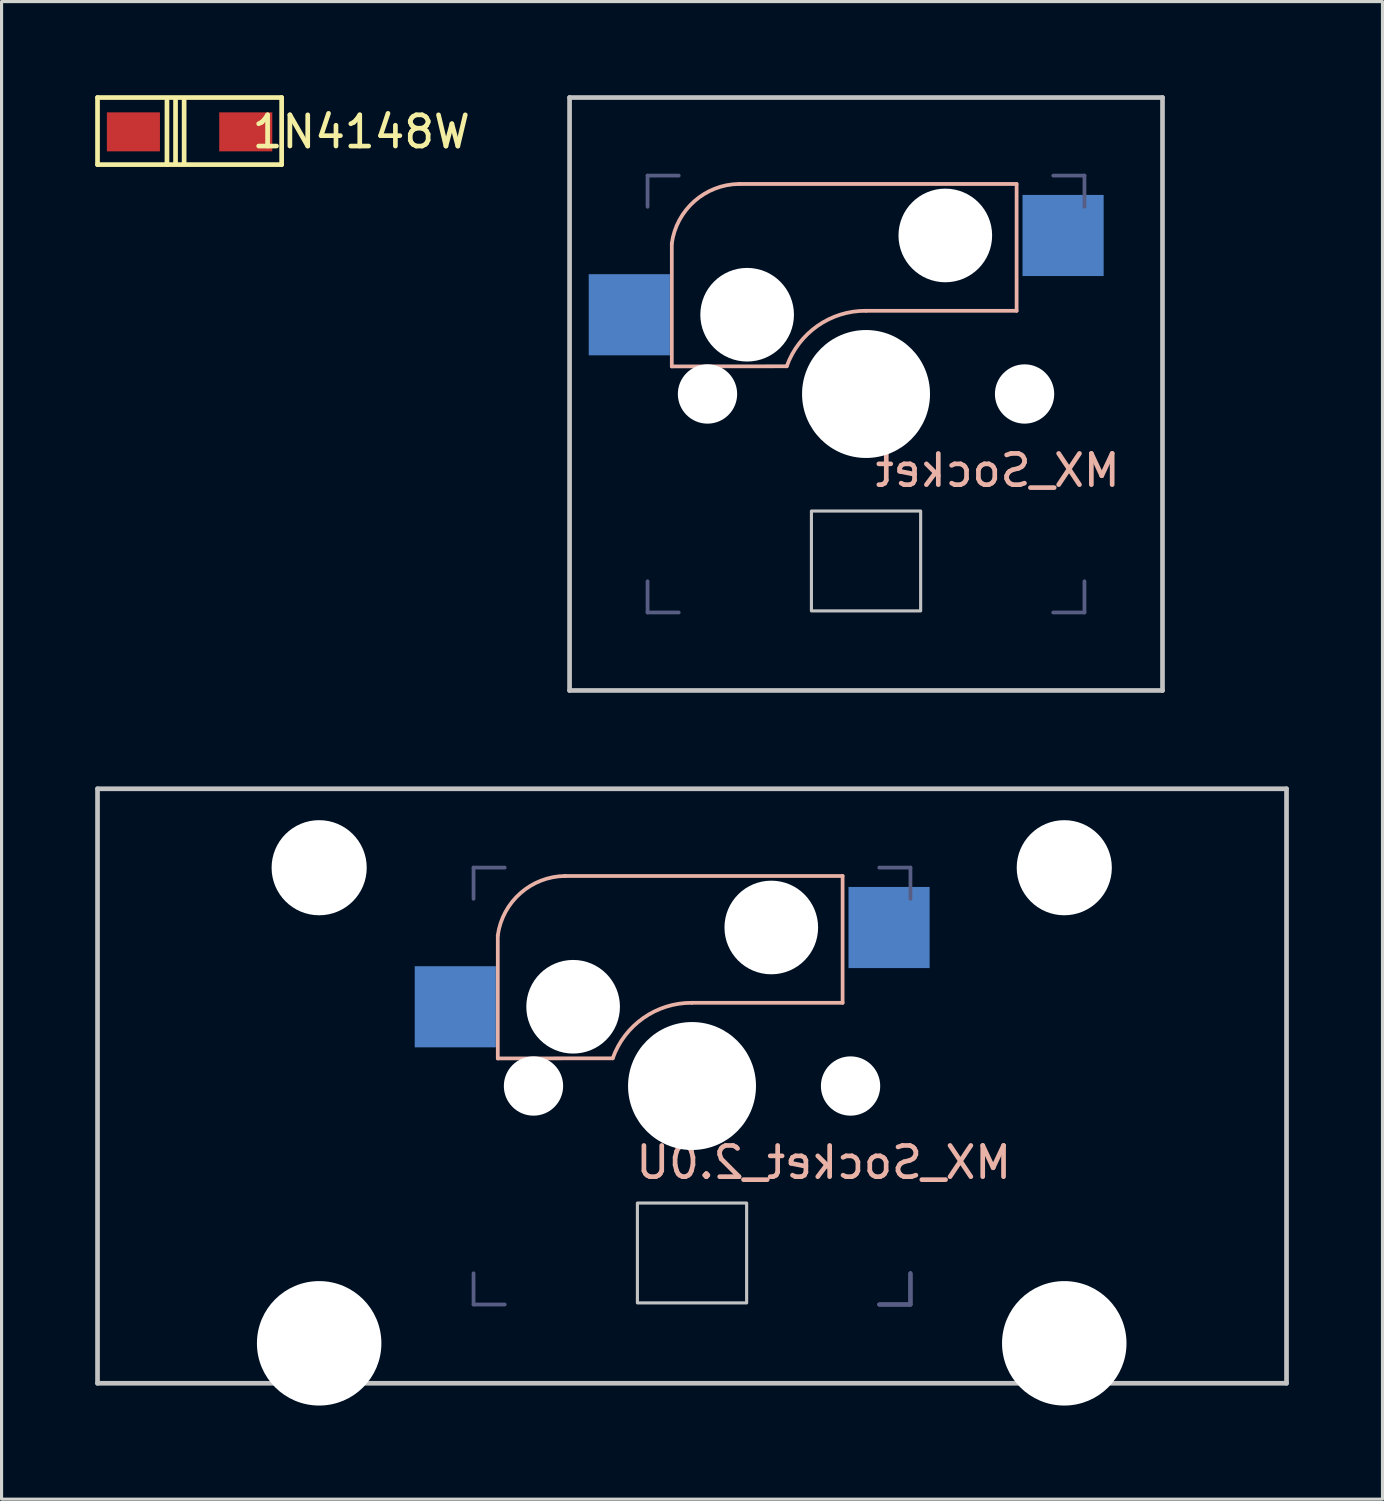
<source format=kicad_pcb>
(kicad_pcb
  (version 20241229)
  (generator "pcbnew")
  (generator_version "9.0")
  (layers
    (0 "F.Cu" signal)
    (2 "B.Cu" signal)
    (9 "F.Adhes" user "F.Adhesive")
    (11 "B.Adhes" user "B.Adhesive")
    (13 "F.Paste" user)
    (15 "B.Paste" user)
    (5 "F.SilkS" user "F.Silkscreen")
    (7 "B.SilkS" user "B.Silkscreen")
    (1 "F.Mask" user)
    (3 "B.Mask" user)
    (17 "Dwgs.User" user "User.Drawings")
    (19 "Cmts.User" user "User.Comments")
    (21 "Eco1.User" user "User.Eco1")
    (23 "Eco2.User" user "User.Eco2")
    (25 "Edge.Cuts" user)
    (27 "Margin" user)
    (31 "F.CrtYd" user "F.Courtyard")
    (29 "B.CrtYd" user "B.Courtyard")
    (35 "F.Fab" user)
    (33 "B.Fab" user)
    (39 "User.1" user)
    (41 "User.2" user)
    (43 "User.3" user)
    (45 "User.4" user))
  (footprint "MX_Socket"
    (layer "F.Cu")
    (at 24.701 9.575)
    (property "Reference" "MX_Socket" (at 4.22 2.45 0) (unlocked yes) (layer "B.SilkS") (effects (font (size 1 1) (thickness 0.15)) (justify mirror)))
    (attr smd)
    (fp_line (start -6.224 -0.884) (end -6.224 -4.825) (stroke (width 0.12) (type solid)) (layer "B.SilkS"))
    (fp_line (start -6.224 -0.884) (end -2.541 -0.888) (stroke (width 0.12) (type solid)) (layer "B.SilkS"))
    (fp_line (start -0.001 -2.666) (end 4.825 -2.666) (stroke (width 0.12) (type solid)) (layer "B.SilkS"))
    (fp_line (start 4.825 -6.73) (end -4.065 -6.73) (stroke (width 0.12) (type solid)) (layer "B.SilkS"))
    (fp_line (start 4.825 -2.666) (end 4.825 -6.73) (stroke (width 0.12) (type solid)) (layer "B.SilkS"))
    (fp_arc (start -6.224082 -4.825261) (mid -5.498788 -6.179194) (end -4.065082 -6.730261) (stroke (width 0.12) (type solid)) (layer "B.SilkS"))
    (fp_arc (start -2.541082 -0.888261) (mid -1.554773 -2.182533) (end -0.001082 -2.666261) (stroke (width 0.12) (type solid)) (layer "B.SilkS"))
    (fp_line (start -9.5 9.5) (end -9.5 -9.5) (stroke (width 0.15) (type solid)) (layer "Dwgs.User"))
    (fp_line (start 9.5 -9.5) (end -9.5 -9.5) (stroke (width 0.15) (type solid)) (layer "Dwgs.User"))
    (fp_line (start 9.5 -9.5) (end 9.5 9.5) (stroke (width 0.15) (type solid)) (layer "Dwgs.User"))
    (fp_line (start 9.5 9.5) (end -9.5 9.5) (stroke (width 0.15) (type solid)) (layer "Dwgs.User"))
    (fp_rect (start -1.75 3.75) (end 1.75 6.95) (stroke (width 0.1) (type default)) (fill no) (layer "Dwgs.User"))
    (fp_line (start -7.001 -6.999) (end -6.001 -6.999) (stroke (width 0.12) (type solid)) (layer "B.Fab"))
    (fp_line (start -7.001 -5.999) (end -7.001 -6.999) (stroke (width 0.12) (type solid)) (layer "B.Fab"))
    (fp_line (start -7.001 6.001) (end -7.001 7.001) (stroke (width 0.12) (type solid)) (layer "B.Fab"))
    (fp_line (start -7.001 7.001) (end -6.001 7.001) (stroke (width 0.12) (type solid)) (layer "B.Fab"))
    (fp_line (start 5.999 7.001) (end 6.999 7.001) (stroke (width 0.12) (type solid)) (layer "B.Fab"))
    (fp_line (start 6.999 -6.999) (end 5.999 -6.999) (stroke (width 0.12) (type solid)) (layer "B.Fab"))
    (fp_line (start 6.999 -6.999) (end 6.999 -5.999) (stroke (width 0.12) (type solid)) (layer "B.Fab"))
    (fp_line (start 6.999 7.001) (end 6.999 6.001) (stroke (width 0.12) (type solid)) (layer "B.Fab"))
    (pad "" np_thru_hole circle (at -5.08 0) (size 1.9 1.9) (drill 1.9) (layers "*.Cu" "*.Mask"))
    (pad "" np_thru_hole circle (at -3.81 -2.54) (size 3 3) (drill 3) (layers "*.Cu" "*.Mask"))
    (pad "" np_thru_hole circle (at 0 0 90) (size 4.1 4.1) (drill 4.1) (layers "*.Cu" "*.Mask"))
    (pad "" np_thru_hole circle (at 2.54 -5.08) (size 3 3) (drill 3) (layers "*.Cu" "*.Mask"))
    (pad "" np_thru_hole circle (at 5.08 0) (size 1.9 1.9) (drill 1.9) (layers "*.Cu" "*.Mask"))
    (pad "1" smd rect (at 6.314 -5.079 180) (size 2.6 2.6) (layers "B.Cu" "B.Mask" "B.Paste"))
    (pad "2" smd rect (at -7.586 -2.539 180) (size 2.6 2.6) (layers "B.Cu" "B.Mask" "B.Paste")))
  (footprint "1N4148W"
    (layer "F.Cu")
    (at 3.025 1.175)
    (property "Reference" "1N4148W" (at 5.5 0 0) (unlocked yes) (layer "F.SilkS") (effects (font (size 1 1) (thickness 0.15))))
    (attr smd)
    (fp_line (start -2.95 -1.1) (end 2.95 -1.1) (stroke (width 0.15) (type solid)) (layer "F.SilkS"))
    (fp_line (start -2.95 1.05) (end -2.95 -1.1) (stroke (width 0.15) (type solid)) (layer "F.SilkS"))
    (fp_line (start -0.725 1.05) (end -0.725 -1) (stroke (width 0.15) (type solid)) (layer "F.SilkS"))
    (fp_line (start -0.45 1.025) (end -0.45 -1.025) (stroke (width 0.15) (type solid)) (layer "F.SilkS"))
    (fp_line (start -0.175 1.025) (end -0.175 -1.025) (stroke (width 0.15) (type solid)) (layer "F.SilkS"))
    (fp_line (start 2.95 -1.1) (end 2.95 1.05) (stroke (width 0.15) (type solid)) (layer "F.SilkS"))
    (fp_line (start 2.95 1.05) (end -2.95 1.05) (stroke (width 0.15) (type solid)) (layer "F.SilkS"))
    (pad "1" smd rect (at -1.8 0) (size 1.7 1.25) (layers "F.Cu" "F.Mask" "F.Paste"))
    (pad "2" smd rect (at 1.8 0) (size 1.7 1.25) (layers "F.Cu" "F.Mask" "F.Paste")))
  (footprint "MX_Socket_2.0U"
    (layer "F.Cu")
    (at 19.125 31.75)
    (property "Reference" "MX_Socket_2.0U" (at 4.22 2.45 0) (unlocked yes) (layer "B.SilkS") (effects (font (size 1 1) (thickness 0.15)) (justify mirror)))
    (attr smd)
    (fp_line (start -6.224 -0.884) (end -6.224 -4.825) (stroke (width 0.12) (type solid)) (layer "B.SilkS"))
    (fp_line (start -6.224 -0.884) (end -2.541 -0.888) (stroke (width 0.12) (type solid)) (layer "B.SilkS"))
    (fp_line (start -0.001 -2.666) (end 4.825 -2.666) (stroke (width 0.12) (type solid)) (layer "B.SilkS"))
    (fp_line (start 4.825 -6.73) (end -4.065 -6.73) (stroke (width 0.12) (type solid)) (layer "B.SilkS"))
    (fp_line (start 4.825 -2.666) (end 4.825 -6.73) (stroke (width 0.12) (type solid)) (layer "B.SilkS"))
    (fp_arc (start -6.224082 -4.825261) (mid -5.498787 -6.179195) (end -4.065082 -6.730261) (stroke (width 0.12) (type solid)) (layer "B.SilkS"))
    (fp_arc (start -2.541082 -0.888261) (mid -1.554773 -2.182533) (end -0.001082 -2.666261) (stroke (width 0.12) (type solid)) (layer "B.SilkS"))
    (fp_line (start -19.05 -9.525) (end 19.05 -9.525) (stroke (width 0.15) (type solid)) (layer "Dwgs.User"))
    (fp_line (start -19.05 9.525) (end -19.05 -9.525) (stroke (width 0.15) (type solid)) (layer "Dwgs.User"))
    (fp_line (start 19.05 -9.525) (end 19.05 9.525) (stroke (width 0.15) (type solid)) (layer "Dwgs.User"))
    (fp_line (start 19.05 9.525) (end -19.05 9.525) (stroke (width 0.15) (type solid)) (layer "Dwgs.User"))
    (fp_rect (start -1.75 3.75) (end 1.75 6.95) (stroke (width 0.1) (type default)) (fill no) (layer "Dwgs.User"))
    (fp_line (start -7.001 -6.999) (end -6.001 -6.999) (stroke (width 0.12) (type solid)) (layer "B.Fab"))
    (fp_line (start -7.001 -5.999) (end -7.001 -6.999) (stroke (width 0.12) (type solid)) (layer "B.Fab"))
    (fp_line (start -7.001 6.001) (end -7.001 7.001) (stroke (width 0.12) (type solid)) (layer "B.Fab"))
    (fp_line (start -7.001 7.001) (end -6.001 7.001) (stroke (width 0.12) (type solid)) (layer "B.Fab"))
    (fp_line (start 5.999 7.001) (end 6.999 7.001) (stroke (width 0.12) (type solid)) (layer "B.Fab"))
    (fp_line (start 5.999 7.001) (end 6.999 7.001) (stroke (width 0.12) (type solid)) (layer "B.Fab"))
    (fp_line (start 5.999 7.001) (end 6.999 7.001) (stroke (width 0.12) (type solid)) (layer "B.Fab"))
    (fp_line (start 5.999 7.001) (end 6.999 7.001) (stroke (width 0.12) (type solid)) (layer "B.Fab"))
    (fp_line (start 6.999 -6.999) (end 5.999 -6.999) (stroke (width 0.12) (type solid)) (layer "B.Fab"))
    (fp_line (start 6.999 -6.999) (end 6.999 -5.999) (stroke (width 0.12) (type solid)) (layer "B.Fab"))
    (fp_line (start 6.999 7.001) (end 6.999 6.001) (stroke (width 0.12) (type solid)) (layer "B.Fab"))
    (fp_line (start 6.999 7.001) (end 6.999 6.001) (stroke (width 0.12) (type solid)) (layer "B.Fab"))
    (fp_line (start 6.999 7.001) (end 6.999 6.001) (stroke (width 0.12) (type solid)) (layer "B.Fab"))
    (fp_line (start 6.999 7.001) (end 6.999 6.001) (stroke (width 0.12) (type solid)) (layer "B.Fab"))
    (pad "" np_thru_hole circle (at -11.948 -6.995) (size 3.048 3.048) (drill 3.048) (layers "*.Cu" "*.Mask"))
    (pad "" np_thru_hole circle (at -11.948 8.245) (size 3.988 3.988) (drill 3.988) (layers "*.Cu" "*.Mask"))
    (pad "" np_thru_hole circle (at -5.08 0) (size 1.9 1.9) (drill 1.9) (layers "*.Cu" "*.Mask"))
    (pad "" np_thru_hole circle (at -3.81 -2.54) (size 3 3) (drill 3) (layers "*.Cu" "*.Mask"))
    (pad "" np_thru_hole circle (at 0 0 90) (size 4.1 4.1) (drill 4.1) (layers "*.Cu" "*.Mask"))
    (pad "" np_thru_hole circle (at 2.54 -5.08) (size 3 3) (drill 3) (layers "*.Cu" "*.Mask"))
    (pad "" np_thru_hole circle (at 5.08 0) (size 1.9 1.9) (drill 1.9) (layers "*.Cu" "*.Mask"))
    (pad "" np_thru_hole circle (at 11.928 -6.995) (size 3.048 3.048) (drill 3.048) (layers "*.Cu" "*.Mask"))
    (pad "" np_thru_hole circle (at 11.928 8.245) (size 3.988 3.988) (drill 3.988) (layers "*.Cu" "*.Mask"))
    (pad "1" smd rect (at 6.314 -5.079 180) (size 2.6 2.6) (layers "B.Cu" "B.Mask" "B.Paste"))
    (pad "2" smd rect (at -7.586 -2.539 180) (size 2.6 2.6) (layers "B.Cu" "B.Mask" "B.Paste")))
  (gr_rect
    (start -3 -3)
    (end 41.25 44.989)
    (stroke (width 0.1) (type default))
    (fill no)
    (layer "Edge.Cuts")))
</source>
